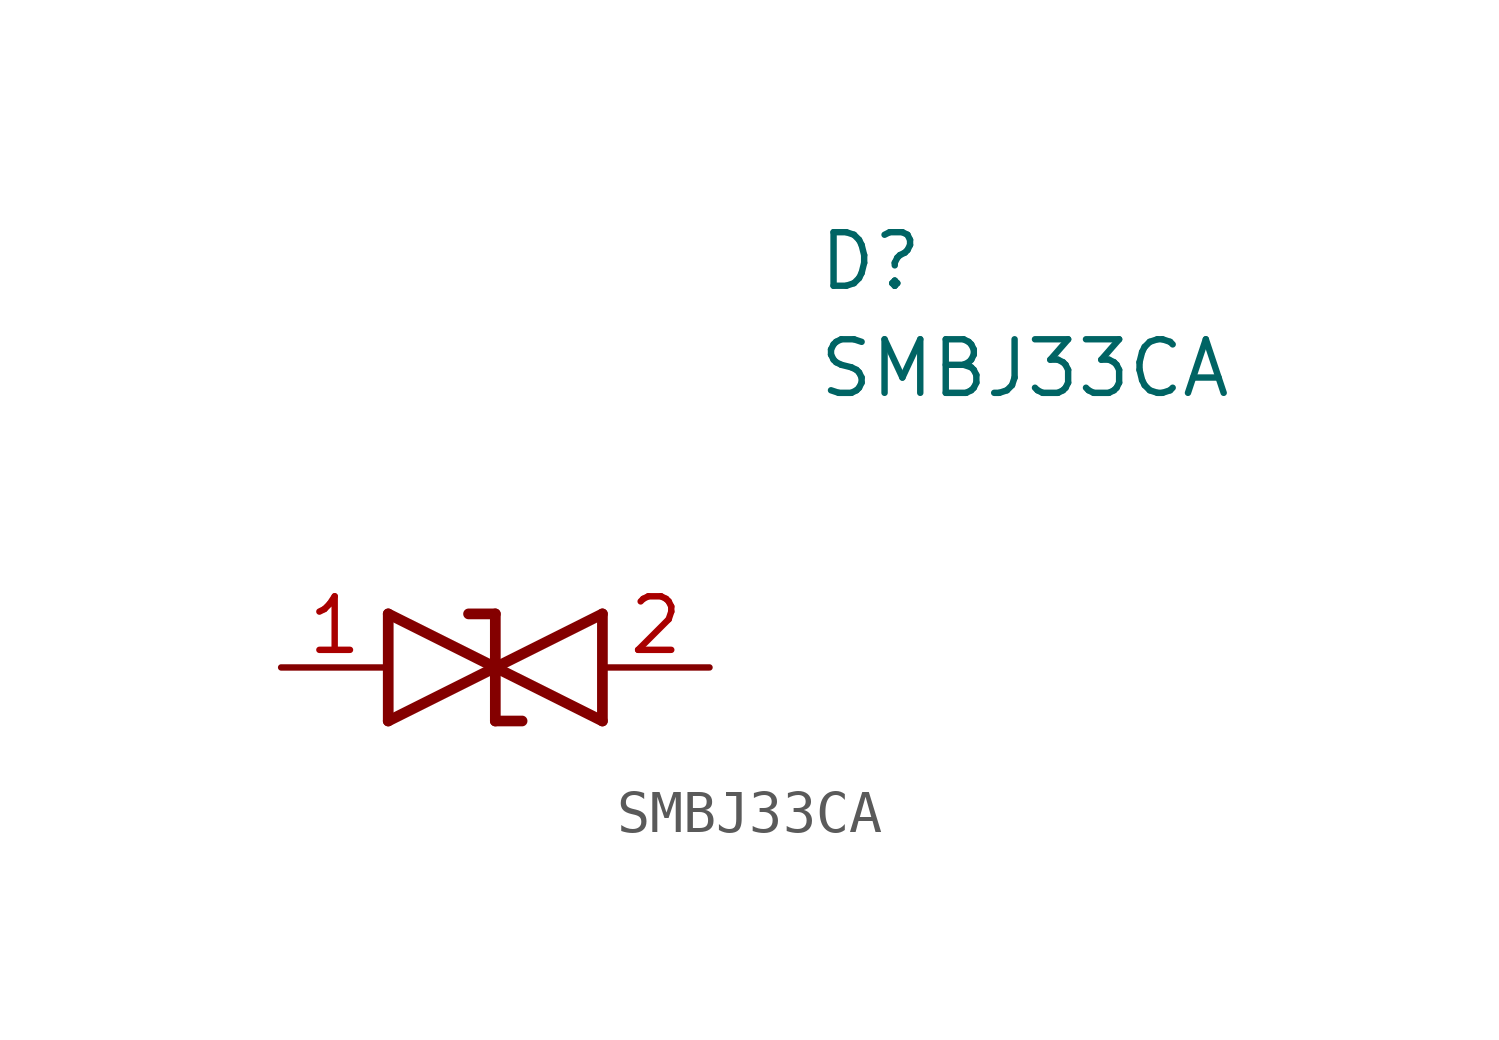
<source format=kicad_sym>
(kicad_symbol_lib
  (version 20241209)
  (generator "kicad_symbol_editor")
  (generator_version "9.0")
  (symbol "SMBJ33CA"
    (pin_names
      (hide yes))
    (property "Reference" "D"
      (at 12.7 8.89 0)
      (effects (font (size 1.27 1.27)) (justify left bottom)))
    (property "Value" "SMBJ33CA"
      (at 12.7 6.35 0)
      (effects (font (size 1.27 1.27)) (justify left bottom)))
    (symbol "SMBJ33CA_1_1"
      (polyline (pts (xy 2.54 1.27) (xy 2.54 -1.27)) (stroke (width 0.254) (type default)) (fill (type none)))
      (polyline (pts (xy 2.54 1.27) (xy 5.08 0)) (stroke (width 0.254) (type default)) (fill (type none)))
      (polyline (pts (xy 4.445 1.27) (xy 5.08 1.27)) (stroke (width 0.254) (type default)) (fill (type none)))
      (polyline (pts (xy 5.08 0) (xy 2.54 -1.27)) (stroke (width 0.254) (type default)) (fill (type none)))
      (polyline (pts (xy 5.08 0) (xy 7.62 -1.27)) (stroke (width 0.254) (type default)) (fill (type none)))
      (polyline (pts (xy 5.08 -1.27) (xy 5.08 1.27)) (stroke (width 0.254) (type default)) (fill (type none)))
      (polyline (pts (xy 5.08 -1.27) (xy 5.715 -1.27)) (stroke (width 0.254) (type default)) (fill (type none)))
      (polyline (pts (xy 7.62 1.27) (xy 5.08 0)) (stroke (width 0.254) (type default)) (fill (type none)))
      (polyline (pts (xy 7.62 1.27) (xy 7.62 -1.27)) (stroke (width 0.254) (type default)) (fill (type none)))
      (pin passive line (at 0 0 0) (length 2.54) (name "1" (effects (font (size 1.27 1.27)))) (number "1" (effects (font (size 1.27 1.27)))))
      (pin passive line (at 10.16 0 180) (length 2.54) (name "2" (effects (font (size 1.27 1.27)))) (number "2" (effects (font (size 1.27 1.27))))))))
</source>
